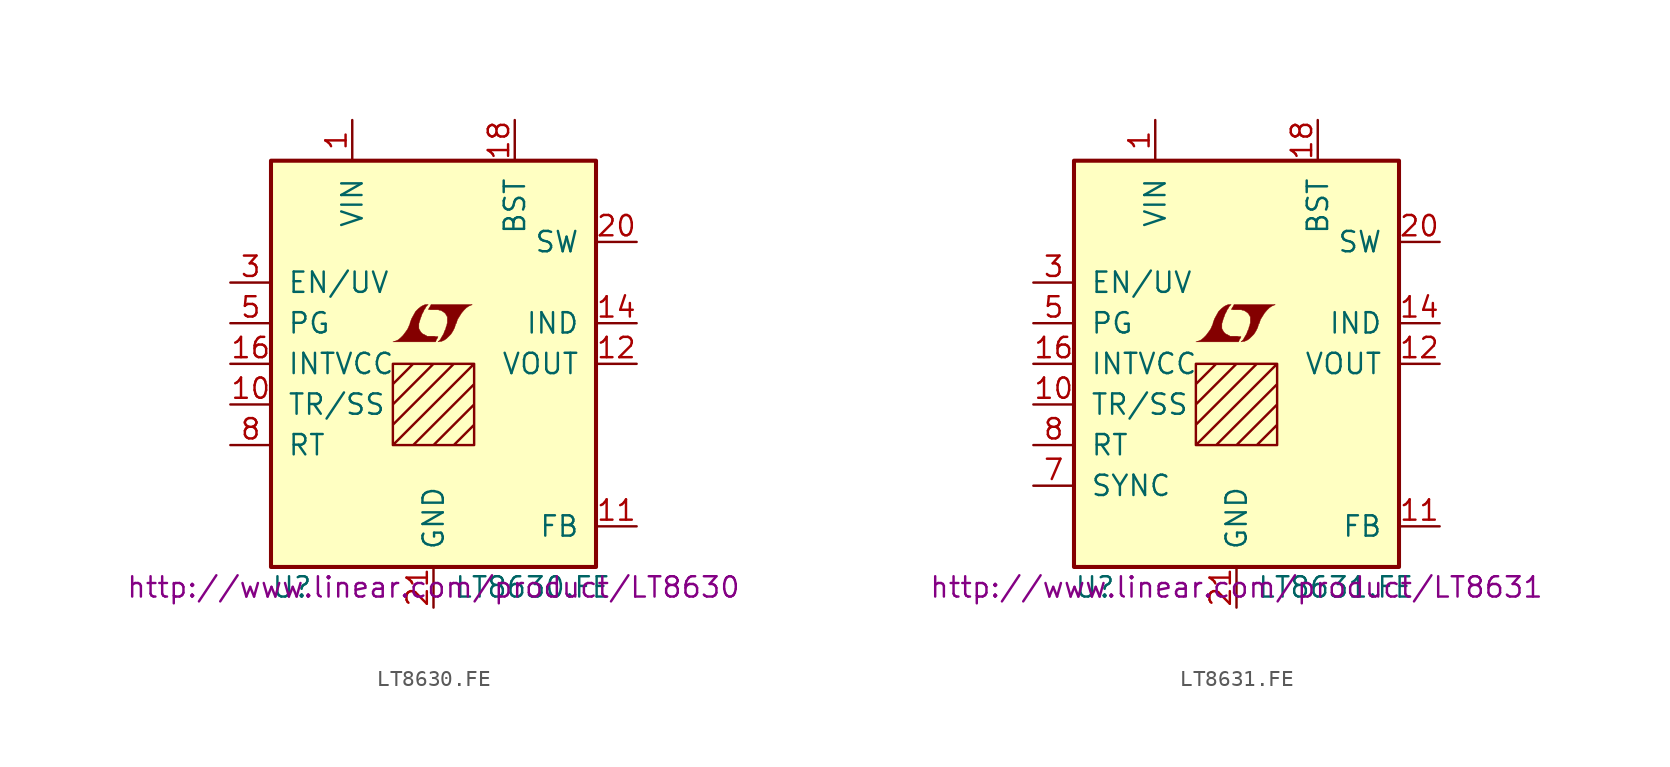
<source format=kicad_sym>
(kicad_symbol_lib
  (version 20201005)
  (generator kicad_symbol_editor)
  (symbol "LT8630.FE"
    (pin_names
      (offset 1.016))
    (property "Reference" "U"
      (at -10.16 -13.97 0)
      (effects (font (size 1.27 1.27)) (justify left)))
    (property "Value" "LT8630.FE"
      (at 1.27 -13.97 0)
      (effects (font (size 1.27 1.27)) (justify left)))
    (property "Datasheet" "http://www.linear.com/product/LT8630"
      (at 0 -13.97 0)
      (effects (font (size 1.27 1.27))))
    (symbol "LT8630.FE_0_0"
      (polyline (pts (xy 0.203 1.549) (xy 0.229 1.575) (xy 0.279 1.676) (xy 0.279 1.702) (xy 0.152 1.702) (xy 0.051 1.727) (xy -0.406 1.727) (xy -0.432 1.753) (xy -0.686 1.88) (xy -0.787 1.981) (xy -0.864 2.108) (xy -0.914 2.21) (xy -0.914 2.515) (xy -0.864 2.667) (xy -0.838 2.769) (xy -0.813 2.845) (xy -0.762 2.972) (xy -0.711 3.124) (xy -0.635 3.251) (xy -0.584 3.378) (xy -0.508 3.48) (xy -0.457 3.581) (xy -0.33 3.708) (xy -0.508 3.708) (xy -0.635 3.658) (xy -0.737 3.607) (xy -0.813 3.556) (xy -0.94 3.454) (xy -1.118 3.277) (xy -1.372 2.819) (xy -1.473 2.54) (xy -1.473 2.489) (xy -1.524 2.388) (xy -1.575 2.261) (xy -1.626 2.159) (xy -1.753 1.981) (xy -1.905 1.778) (xy -2.057 1.626) (xy -2.21 1.499) (xy -2.388 1.422) (xy -2.54 1.372) (xy 0.127 1.372) (xy 0.203 1.549)) (stroke (width 0.025)) (fill (type outline)))
      (polyline (pts (xy 0.406 1.397) (xy 0.483 1.397) (xy 0.66 1.473) (xy 0.813 1.575) (xy 1.092 1.854) (xy 1.219 2.057) (xy 1.321 2.261) (xy 1.397 2.515) (xy 1.422 2.515) (xy 1.499 2.769) (xy 1.753 3.175) (xy 1.905 3.353) (xy 2.057 3.505) (xy 2.21 3.607) (xy 2.388 3.683) (xy 2.413 3.683) (xy 2.413 3.708) (xy -0.152 3.708) (xy -0.229 3.556) (xy -0.254 3.531) (xy -0.305 3.429) (xy -0.33 3.404) (xy -0.279 3.404) (xy -0.229 3.378) (xy 0.305 3.378) (xy 0.356 3.353) (xy 0.406 3.353) (xy 0.483 3.327) (xy 0.61 3.251) (xy 0.737 3.15) (xy 0.813 3.023) (xy 0.838 2.972) (xy 0.864 2.946) (xy 0.864 2.54) (xy 0.838 2.489) (xy 0.838 2.413) (xy 0.787 2.311) (xy 0.762 2.184) (xy 0.686 2.032) (xy 0.635 1.88) (xy 0.483 1.626) (xy 0.432 1.524) (xy 0.279 1.372) (xy 0.406 1.397)) (stroke (width 0.025)) (fill (type outline))))
    (symbol "LT8630.FE_0_1"
      (rectangle (start -10.16 12.7) (end 10.16 -12.7) (stroke (width 0.254)) (fill (type background)))
      (polyline (pts (xy -2.54 -1.27) (xy -1.27 0) (xy 0 0) (xy -2.54 -2.54) (xy -2.54 -3.81) (xy 1.27 0) (xy 2.54 0) (xy -2.54 -5.08) (xy -1.27 -5.08) (xy 2.54 -1.27) (xy 2.54 -2.54) (xy 0 -5.08) (xy 1.27 -5.08) (xy 2.54 -3.81) (xy 2.54 -5.08) (xy -2.54 -5.08) (xy -2.54 0) (xy 2.54 0) (xy 2.54 -5.08)) (stroke (width 0)) (fill (type none))))
    (symbol "LT8630.FE_1_1"
      (pin power_in line (at -5.08 15.24 270) (length 2.54) (name "VIN" (effects (font (size 1.27 1.27)))) (number "1" (effects (font (size 1.27 1.27)))))
      (pin passive line (at -12.7 -2.54 0) (length 2.54) (name "TR/SS" (effects (font (size 1.27 1.27)))) (number "10" (effects (font (size 1.27 1.27)))))
      (pin input line (at 12.7 -10.16 180) (length 2.54) (name "FB" (effects (font (size 1.27 1.27)))) (number "11" (effects (font (size 1.27 1.27)))))
      (pin passive line (at 12.7 0 180) (length 2.54) (name "VOUT" (effects (font (size 1.27 1.27)))) (number "12" (effects (font (size 1.27 1.27)))))
      (pin unconnected line (at 2.54 -15.24 90) (length 2.54) hide (name "NC" (effects (font (size 1.27 1.27)))) (number "13" (effects (font (size 1.27 1.27)))))
      (pin passive line (at 12.7 2.54 180) (length 2.54) (name "IND" (effects (font (size 1.27 1.27)))) (number "14" (effects (font (size 1.27 1.27)))))
      (pin unconnected line (at 5.08 -15.24 90) (length 2.54) hide (name "NC" (effects (font (size 1.27 1.27)))) (number "15" (effects (font (size 1.27 1.27)))))
      (pin passive line (at -12.7 0 0) (length 2.54) (name "INTVCC" (effects (font (size 1.27 1.27)))) (number "16" (effects (font (size 1.27 1.27)))))
      (pin passive line (at 5.08 15.24 270) (length 2.54) (name "BST" (effects (font (size 1.27 1.27)))) (number "18" (effects (font (size 1.27 1.27)))))
      (pin power_out line (at 12.7 7.62 180) (length 2.54) (name "SW" (effects (font (size 1.27 1.27)))) (number "20" (effects (font (size 1.27 1.27)))))
      (pin power_in line (at 0 -15.24 90) (length 2.54) (name "GND" (effects (font (size 1.27 1.27)))) (number "21" (effects (font (size 1.27 1.27)))))
      (pin input line (at -12.7 5.08 0) (length 2.54) (name "EN/UV" (effects (font (size 1.27 1.27)))) (number "3" (effects (font (size 1.27 1.27)))))
      (pin open_collector line (at -12.7 2.54 0) (length 2.54) (name "PG" (effects (font (size 1.27 1.27)))) (number "5" (effects (font (size 1.27 1.27)))))
      (pin unconnected line (at -5.08 -15.24 90) (length 2.54) hide (name "NC" (effects (font (size 1.27 1.27)))) (number "6" (effects (font (size 1.27 1.27)))))
      (pin unconnected line (at -12.7 -7.62 0) (length 2.54) hide (name "DNC" (effects (font (size 1.27 1.27)))) (number "7" (effects (font (size 1.27 1.27)))))
      (pin passive line (at -12.7 -5.08 0) (length 2.54) (name "RT" (effects (font (size 1.27 1.27)))) (number "8" (effects (font (size 1.27 1.27)))))
      (pin unconnected line (at -2.54 -15.24 90) (length 2.54) hide (name "NC" (effects (font (size 1.27 1.27)))) (number "9" (effects (font (size 1.27 1.27)))))))
  (symbol "LT8631.FE"
    (pin_names
      (offset 1.016))
    (property "Reference" "U"
      (at -10.16 -13.97 0)
      (effects (font (size 1.27 1.27)) (justify left)))
    (property "Value" "LT8631.FE"
      (at 1.27 -13.97 0)
      (effects (font (size 1.27 1.27)) (justify left)))
    (property "Datasheet" "http://www.linear.com/product/LT8631"
      (at 0 -13.97 0)
      (effects (font (size 1.27 1.27))))
    (symbol "LT8631.FE_0_0"
      (polyline (pts (xy 0.203 1.549) (xy 0.229 1.575) (xy 0.279 1.676) (xy 0.279 1.702) (xy 0.152 1.702) (xy 0.051 1.727) (xy -0.406 1.727) (xy -0.432 1.753) (xy -0.686 1.88) (xy -0.787 1.981) (xy -0.864 2.108) (xy -0.914 2.21) (xy -0.914 2.515) (xy -0.864 2.667) (xy -0.838 2.769) (xy -0.813 2.845) (xy -0.762 2.972) (xy -0.711 3.124) (xy -0.635 3.251) (xy -0.584 3.378) (xy -0.508 3.48) (xy -0.457 3.581) (xy -0.33 3.708) (xy -0.508 3.708) (xy -0.635 3.658) (xy -0.737 3.607) (xy -0.813 3.556) (xy -0.94 3.454) (xy -1.118 3.277) (xy -1.372 2.819) (xy -1.473 2.54) (xy -1.473 2.489) (xy -1.524 2.388) (xy -1.575 2.261) (xy -1.626 2.159) (xy -1.753 1.981) (xy -1.905 1.778) (xy -2.057 1.626) (xy -2.21 1.499) (xy -2.388 1.422) (xy -2.54 1.372) (xy 0.127 1.372) (xy 0.203 1.549)) (stroke (width 0.025)) (fill (type outline)))
      (polyline (pts (xy 0.406 1.397) (xy 0.483 1.397) (xy 0.66 1.473) (xy 0.813 1.575) (xy 1.092 1.854) (xy 1.219 2.057) (xy 1.321 2.261) (xy 1.397 2.515) (xy 1.422 2.515) (xy 1.499 2.769) (xy 1.753 3.175) (xy 1.905 3.353) (xy 2.057 3.505) (xy 2.21 3.607) (xy 2.388 3.683) (xy 2.413 3.683) (xy 2.413 3.708) (xy -0.152 3.708) (xy -0.229 3.556) (xy -0.254 3.531) (xy -0.305 3.429) (xy -0.33 3.404) (xy -0.279 3.404) (xy -0.229 3.378) (xy 0.305 3.378) (xy 0.356 3.353) (xy 0.406 3.353) (xy 0.483 3.327) (xy 0.61 3.251) (xy 0.737 3.15) (xy 0.813 3.023) (xy 0.838 2.972) (xy 0.864 2.946) (xy 0.864 2.54) (xy 0.838 2.489) (xy 0.838 2.413) (xy 0.787 2.311) (xy 0.762 2.184) (xy 0.686 2.032) (xy 0.635 1.88) (xy 0.483 1.626) (xy 0.432 1.524) (xy 0.279 1.372) (xy 0.406 1.397)) (stroke (width 0.025)) (fill (type outline))))
    (symbol "LT8631.FE_0_1"
      (rectangle (start -10.16 12.7) (end 10.16 -12.7) (stroke (width 0.254)) (fill (type background)))
      (polyline (pts (xy -2.54 -1.27) (xy -1.27 0) (xy 0 0) (xy -2.54 -2.54) (xy -2.54 -3.81) (xy 1.27 0) (xy 2.54 0) (xy -2.54 -5.08) (xy -1.27 -5.08) (xy 2.54 -1.27) (xy 2.54 -2.54) (xy 0 -5.08) (xy 1.27 -5.08) (xy 2.54 -3.81) (xy 2.54 -5.08) (xy -2.54 -5.08) (xy -2.54 0) (xy 2.54 0) (xy 2.54 -5.08)) (stroke (width 0)) (fill (type none))))
    (symbol "LT8631.FE_1_1"
      (pin power_in line (at -5.08 15.24 270) (length 2.54) (name "VIN" (effects (font (size 1.27 1.27)))) (number "1" (effects (font (size 1.27 1.27)))))
      (pin passive line (at -12.7 -2.54 0) (length 2.54) (name "TR/SS" (effects (font (size 1.27 1.27)))) (number "10" (effects (font (size 1.27 1.27)))))
      (pin input line (at 12.7 -10.16 180) (length 2.54) (name "FB" (effects (font (size 1.27 1.27)))) (number "11" (effects (font (size 1.27 1.27)))))
      (pin passive line (at 12.7 0 180) (length 2.54) (name "VOUT" (effects (font (size 1.27 1.27)))) (number "12" (effects (font (size 1.27 1.27)))))
      (pin unconnected line (at 2.54 -15.24 90) (length 2.54) hide (name "NC" (effects (font (size 1.27 1.27)))) (number "13" (effects (font (size 1.27 1.27)))))
      (pin passive line (at 12.7 2.54 180) (length 2.54) (name "IND" (effects (font (size 1.27 1.27)))) (number "14" (effects (font (size 1.27 1.27)))))
      (pin unconnected line (at 5.08 -15.24 90) (length 2.54) hide (name "NC" (effects (font (size 1.27 1.27)))) (number "15" (effects (font (size 1.27 1.27)))))
      (pin passive line (at -12.7 0 0) (length 2.54) (name "INTVCC" (effects (font (size 1.27 1.27)))) (number "16" (effects (font (size 1.27 1.27)))))
      (pin passive line (at 5.08 15.24 270) (length 2.54) (name "BST" (effects (font (size 1.27 1.27)))) (number "18" (effects (font (size 1.27 1.27)))))
      (pin power_out line (at 12.7 7.62 180) (length 2.54) (name "SW" (effects (font (size 1.27 1.27)))) (number "20" (effects (font (size 1.27 1.27)))))
      (pin power_in line (at 0 -15.24 90) (length 2.54) (name "GND" (effects (font (size 1.27 1.27)))) (number "21" (effects (font (size 1.27 1.27)))))
      (pin input line (at -12.7 5.08 0) (length 2.54) (name "EN/UV" (effects (font (size 1.27 1.27)))) (number "3" (effects (font (size 1.27 1.27)))))
      (pin open_collector line (at -12.7 2.54 0) (length 2.54) (name "PG" (effects (font (size 1.27 1.27)))) (number "5" (effects (font (size 1.27 1.27)))))
      (pin unconnected line (at -5.08 -15.24 90) (length 2.54) hide (name "NC" (effects (font (size 1.27 1.27)))) (number "6" (effects (font (size 1.27 1.27)))))
      (pin input line (at -12.7 -7.62 0) (length 2.54) (name "SYNC" (effects (font (size 1.27 1.27)))) (number "7" (effects (font (size 1.27 1.27)))))
      (pin passive line (at -12.7 -5.08 0) (length 2.54) (name "RT" (effects (font (size 1.27 1.27)))) (number "8" (effects (font (size 1.27 1.27)))))
      (pin unconnected line (at -2.54 -15.24 90) (length 2.54) hide (name "NC" (effects (font (size 1.27 1.27)))) (number "9" (effects (font (size 1.27 1.27))))))))
</source>
